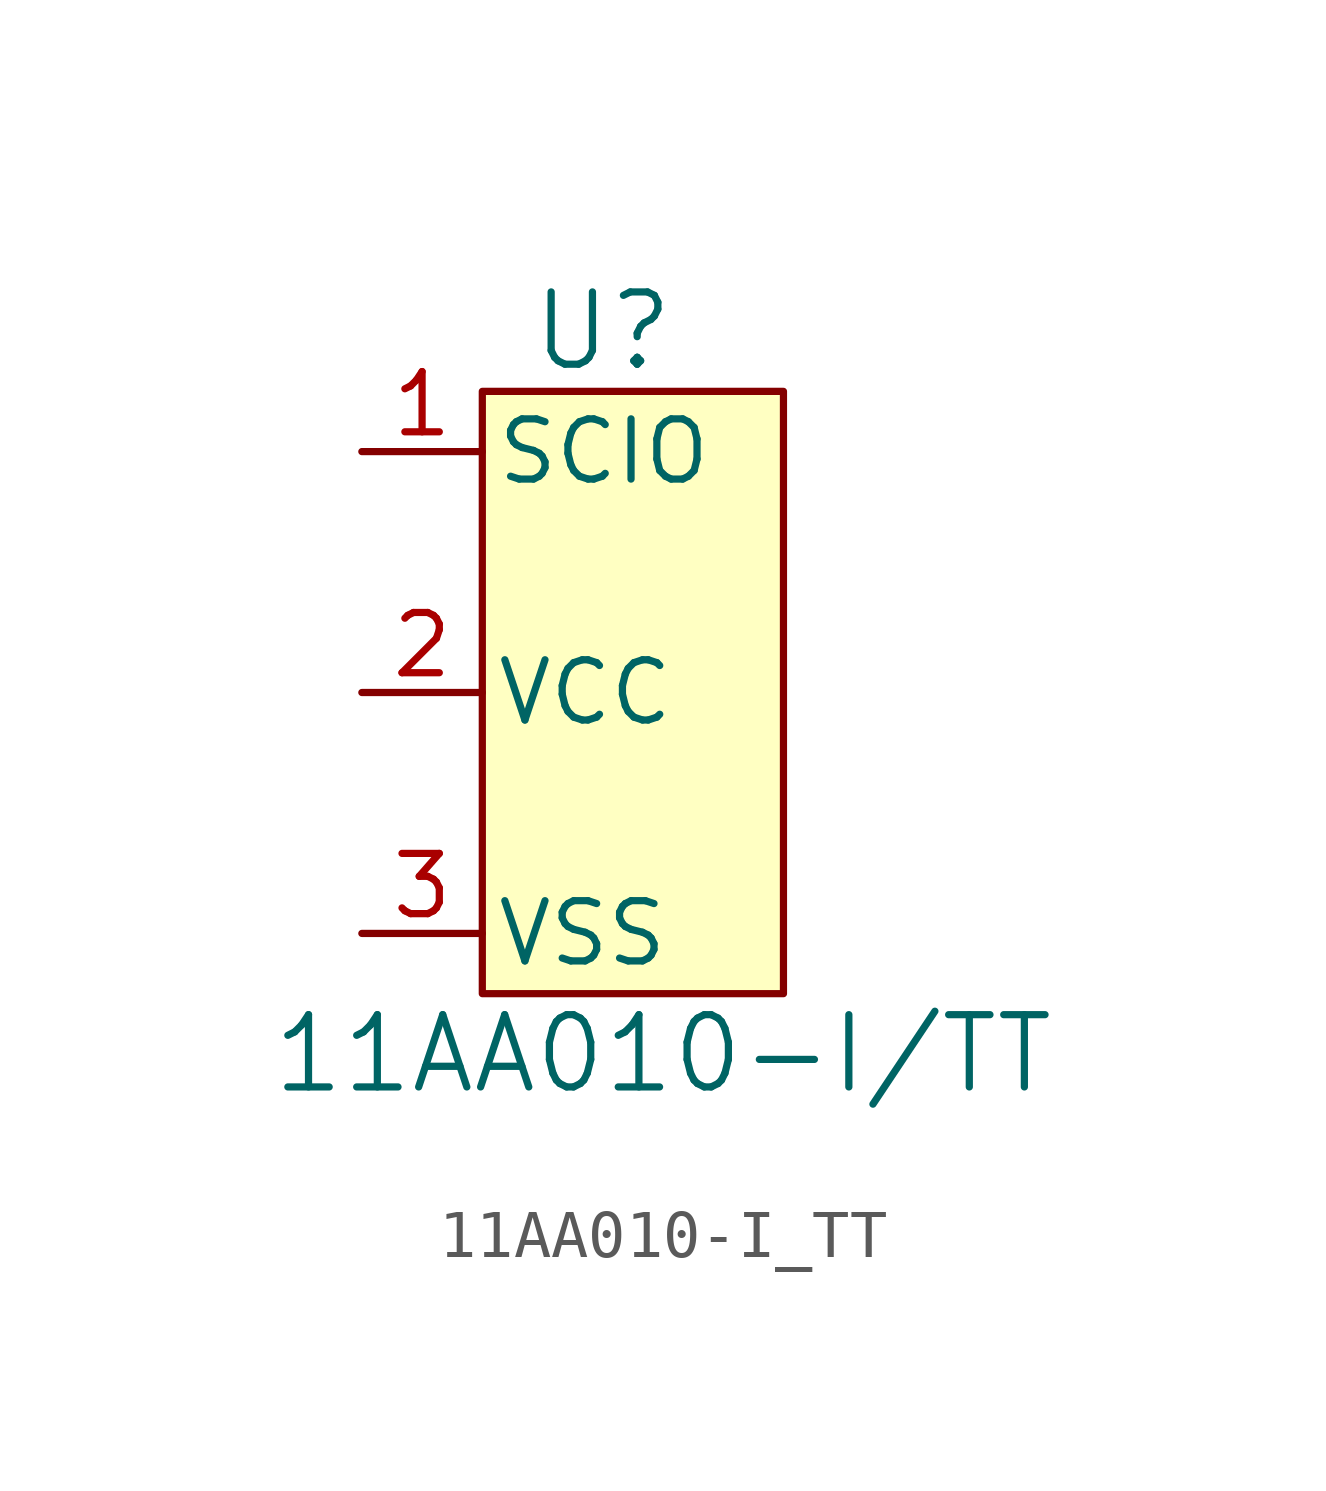
<source format=kicad_sym>
(kicad_symbol_lib
  (version 20231120)
  (generator "kicad_symbol_editor")
  (generator_version "8.0")
  (symbol "11AA010-I_TT"
    (pin_names
      (offset 0.254))
    (property "Reference" "U"
      (at 2.54 1.27 0)
      (effects (font (size 1.524 1.524))))
    (property "Value" "11AA010-I/TT"
      (at 3.81 -13.97 0)
      (effects (font (size 1.524 1.524))))
    (symbol "11AA010-I_TT_1_1"
      (rectangle (start 0 0) (end 6.35 -12.7) (stroke (width 0) (type default)) (fill (type background)))
      (pin bidirectional line (at -2.54 -1.27 0) (length 2.54) (name "SCIO" (effects (font (size 1.27 1.27)))) (number "1" (effects (font (size 1.27 1.27)))))
      (pin power_in line (at -2.54 -6.35 0) (length 2.54) (name "VCC" (effects (font (size 1.27 1.27)))) (number "2" (effects (font (size 1.27 1.27)))))
      (pin power_in line (at -2.54 -11.43 0) (length 2.54) (name "VSS" (effects (font (size 1.27 1.27)))) (number "3" (effects (font (size 1.27 1.27))))))))
</source>
